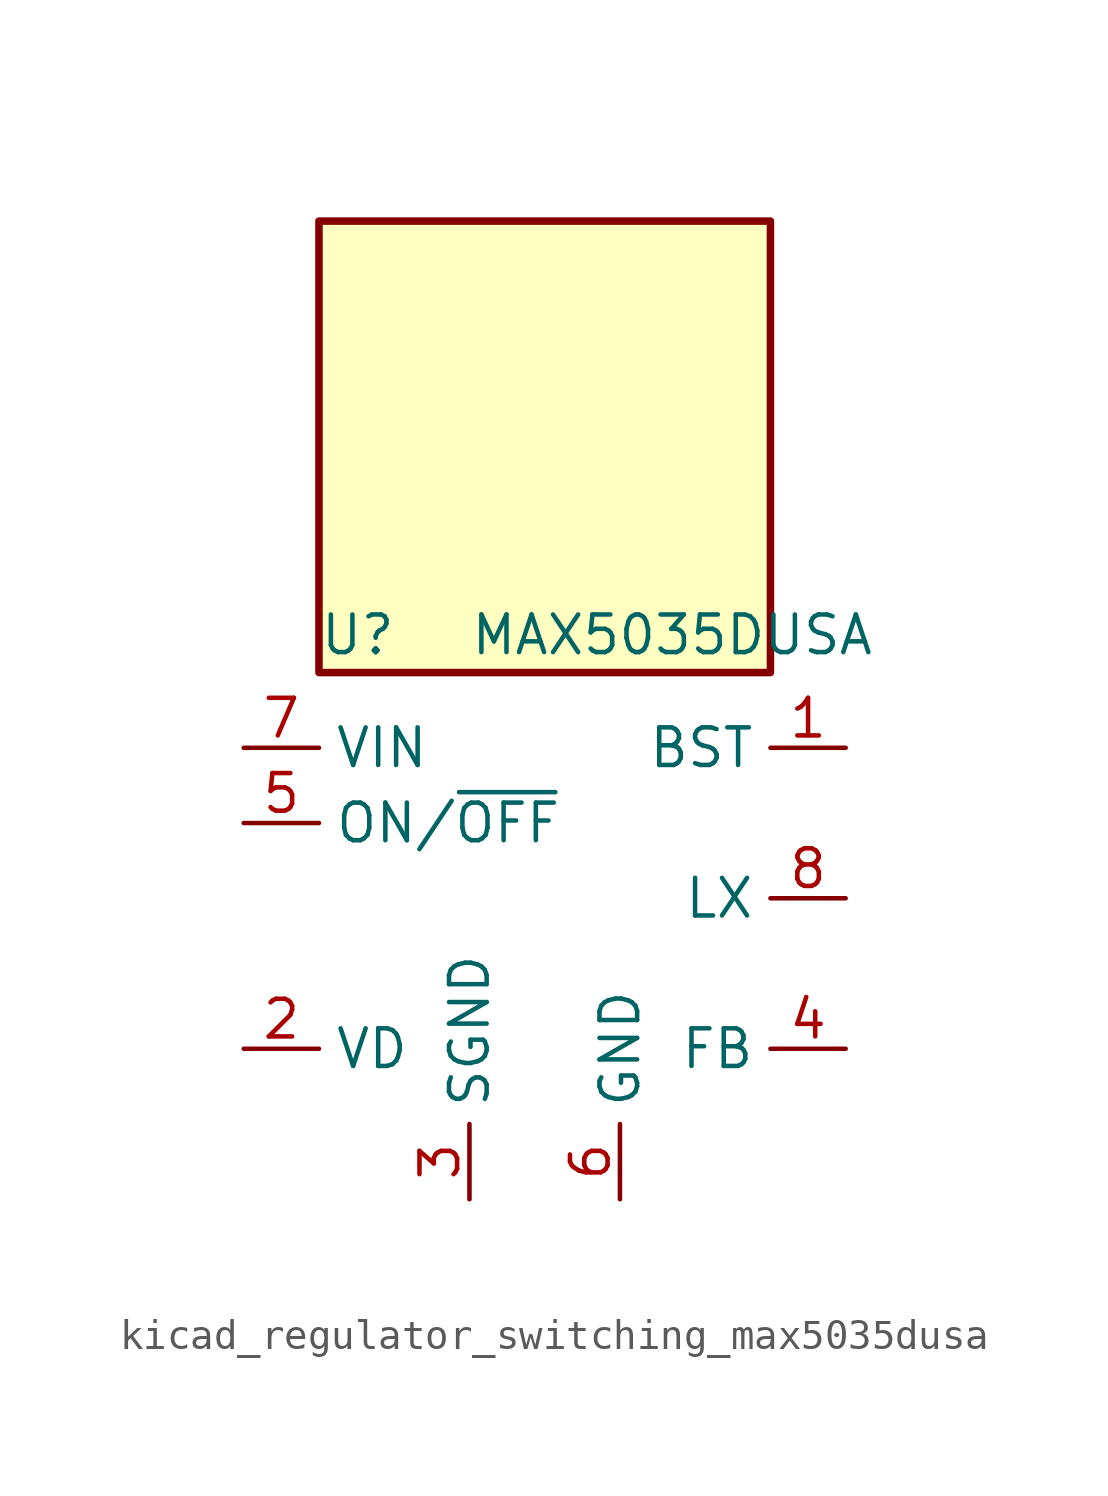
<source format=kicad_sym>
(kicad_symbol_lib
  (version 20220914)
  (generator kicad_symbol_editor)
  (symbol "kicad_regulator_switching_max5035dusa"
    (property "Reference" "U"
      (at -7.62 8.89 0)
      (effects (font (size 1.27 1.27)) (justify left)))
    (property "Value" "MAX5035DUSA"
      (at -2.54 8.89 0)
      (effects (font (size 1.27 1.27)) (justify left)))
    (symbol "kicad_regulator_switching_max5035dusa_0_1"
      (rectangle (start 7.62 22.86) (end -7.62 7.62) (stroke (width 0.254) (type default)) (fill (type background))))
    (symbol "kicad_regulator_switching_max5035dusa_1_1"
      (pin passive line (at 10.16 5.08 180) (length 2.54) (name "BST" (effects (font (size 1.27 1.27)))) (number "1" (effects (font (size 1.27 1.27)))))
      (pin passive line (at -10.16 -5.08 0) (length 2.54) (name "VD" (effects (font (size 1.27 1.27)))) (number "2" (effects (font (size 1.27 1.27)))))
      (pin power_in line (at -2.54 -10.16 90) (length 2.54) (name "SGND" (effects (font (size 1.27 1.27)))) (number "3" (effects (font (size 1.27 1.27)))))
      (pin input line (at 10.16 -5.08 180) (length 2.54) (name "FB" (effects (font (size 1.27 1.27)))) (number "4" (effects (font (size 1.27 1.27)))))
      (pin input line (at -10.16 2.54 0) (length 2.54) (name "ON/~{OFF}" (effects (font (size 1.27 1.27)))) (number "5" (effects (font (size 1.27 1.27)))))
      (pin power_in line (at 2.54 -10.16 90) (length 2.54) (name "GND" (effects (font (size 1.27 1.27)))) (number "6" (effects (font (size 1.27 1.27)))))
      (pin power_in line (at -10.16 5.08 0) (length 2.54) (name "VIN" (effects (font (size 1.27 1.27)))) (number "7" (effects (font (size 1.27 1.27)))))
      (pin output line (at 10.16 0 180) (length 2.54) (name "LX" (effects (font (size 1.27 1.27)))) (number "8" (effects (font (size 1.27 1.27))))))))
</source>
